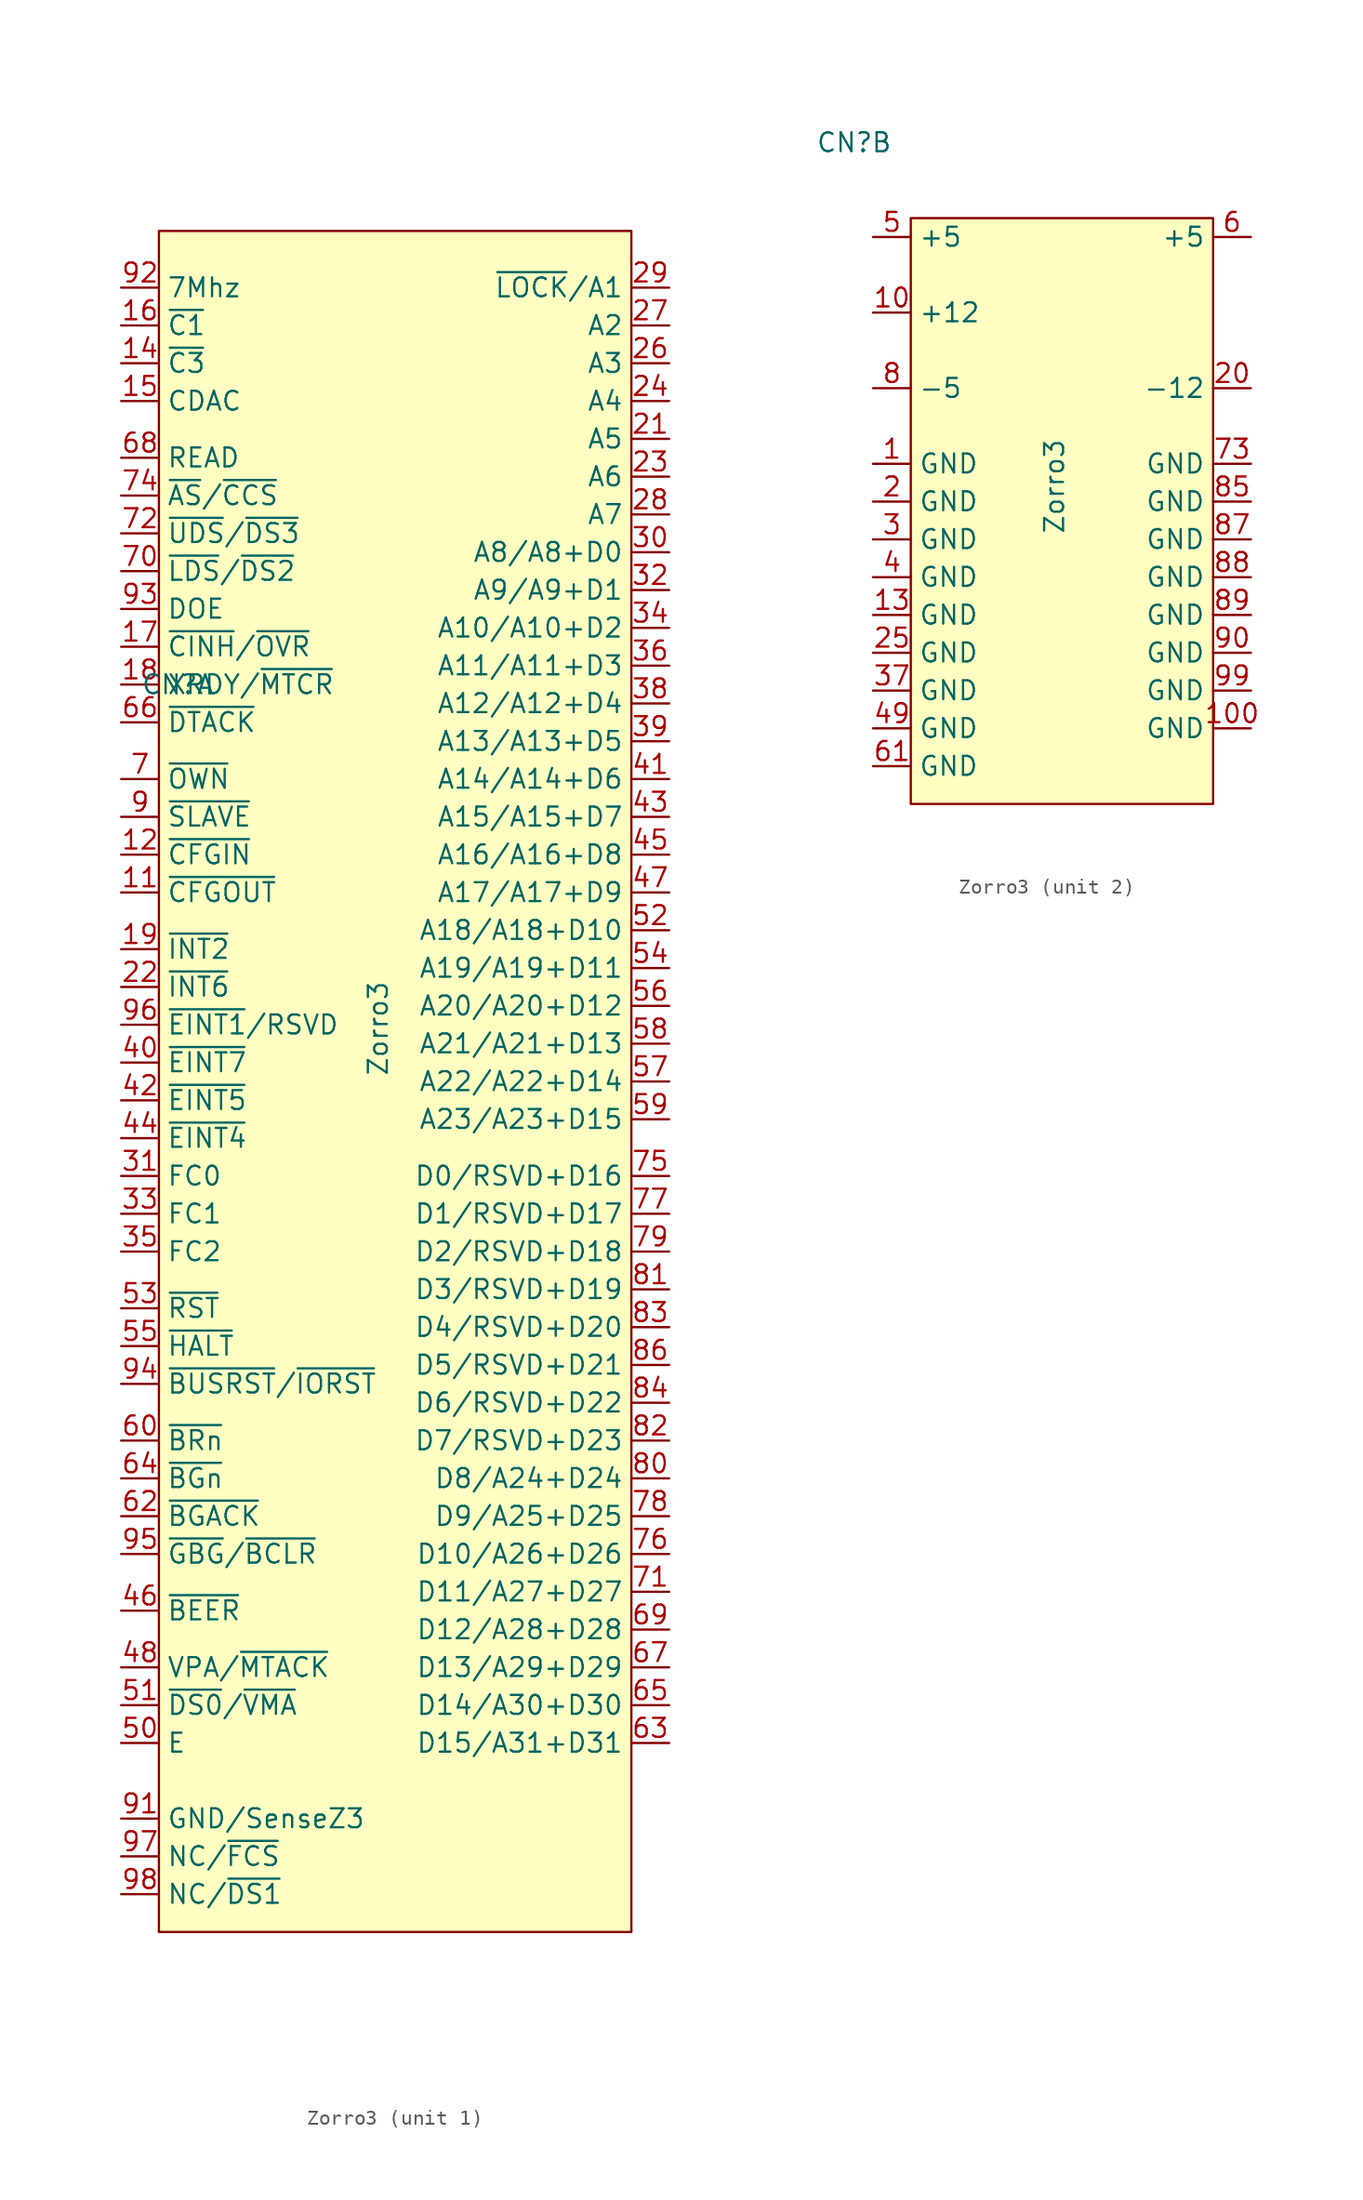
<source format=kicad_sym>
(kicad_symbol_lib
  (version 20241209)
  (generator "kicad_symbol_editor")
  (generator_version "9.0")
  (symbol "Zorro3"
    (property "Reference" "CN"
      (at -13.97 25.4 0)
      (effects (font (size 1.27 1.27))))
    (property "Value" "Zorro3"
      (at -0.508 2.286 90)
      (effects (font (size 1.27 1.27))))
    (property "ki_locked" ""
      (at 0 0 0)
      (effects (font (size 1.27 1.27))))
    (symbol "Zorro3_1_1"
      (rectangle (start -15.24 55.88) (end 16.51 -58.42) (stroke (width 0.152) (type default)) (fill (type background)))
      (pin output line (at -17.78 52.07 0) (length 2.54) (name "7Mhz" (effects (font (size 1.27 1.27)))) (number "92" (effects (font (size 1.27 1.27)))))
      (pin output line (at -17.78 49.53 0) (length 2.54) (name "~{C1}" (effects (font (size 1.27 1.27)))) (number "16" (effects (font (size 1.27 1.27)))))
      (pin output line (at -17.78 46.99 0) (length 2.54) (name "~{C3}" (effects (font (size 1.27 1.27)))) (number "14" (effects (font (size 1.27 1.27)))))
      (pin output line (at -17.78 44.45 0) (length 2.54) (name "CDAC" (effects (font (size 1.27 1.27)))) (number "15" (effects (font (size 1.27 1.27)))))
      (pin output line (at -17.78 40.64 0) (length 2.54) (name "READ" (effects (font (size 1.27 1.27)))) (number "68" (effects (font (size 1.27 1.27)))))
      (pin output line (at -17.78 38.1 0) (length 2.54) (name "~{AS}/~{CCS}" (effects (font (size 1.27 1.27)))) (number "74" (effects (font (size 1.27 1.27)))))
      (pin output line (at -17.78 35.56 0) (length 2.54) (name "~{UDS}/~{DS3}" (effects (font (size 1.27 1.27)))) (number "72" (effects (font (size 1.27 1.27)))))
      (pin output line (at -17.78 33.02 0) (length 2.54) (name "~{LDS}/~{DS2}" (effects (font (size 1.27 1.27)))) (number "70" (effects (font (size 1.27 1.27)))))
      (pin output line (at -17.78 30.48 0) (length 2.54) (name "DOE" (effects (font (size 1.27 1.27)))) (number "93" (effects (font (size 1.27 1.27)))))
      (pin input line (at -17.78 27.94 0) (length 2.54) (name "~{CINH}/~{OVR}" (effects (font (size 1.27 1.27)))) (number "17" (effects (font (size 1.27 1.27)))))
      (pin input line (at -17.78 25.4 0) (length 2.54) (name "XRDY/~{MTCR}" (effects (font (size 1.27 1.27)))) (number "18" (effects (font (size 1.27 1.27)))))
      (pin input line (at -17.78 22.86 0) (length 2.54) (name "~{DTACK}" (effects (font (size 1.27 1.27)))) (number "66" (effects (font (size 1.27 1.27)))))
      (pin input line (at -17.78 19.05 0) (length 2.54) (name "~{OWN}" (effects (font (size 1.27 1.27)))) (number "7" (effects (font (size 1.27 1.27)))))
      (pin input line (at -17.78 16.51 0) (length 2.54) (name "~{SLAVE}" (effects (font (size 1.27 1.27)))) (number "9" (effects (font (size 1.27 1.27)))))
      (pin output line (at -17.78 13.97 0) (length 2.54) (name "~{CFGIN}" (effects (font (size 1.27 1.27)))) (number "12" (effects (font (size 1.27 1.27)))))
      (pin input line (at -17.78 11.43 0) (length 2.54) (name "~{CFGOUT}" (effects (font (size 1.27 1.27)))) (number "11" (effects (font (size 1.27 1.27)))))
      (pin input line (at -17.78 7.62 0) (length 2.54) (name "~{INT2}" (effects (font (size 1.27 1.27)))) (number "19" (effects (font (size 1.27 1.27)))))
      (pin input line (at -17.78 5.08 0) (length 2.54) (name "~{INT6}" (effects (font (size 1.27 1.27)))) (number "22" (effects (font (size 1.27 1.27)))))
      (pin input line (at -17.78 2.54 0) (length 2.54) (name "~{EINT1}/RSVD" (effects (font (size 1.27 1.27)))) (number "96" (effects (font (size 1.27 1.27)))))
      (pin input line (at -17.78 0 0) (length 2.54) (name "~{EINT7}" (effects (font (size 1.27 1.27)))) (number "40" (effects (font (size 1.27 1.27)))))
      (pin input line (at -17.78 -2.54 0) (length 2.54) (name "~{EINT5}" (effects (font (size 1.27 1.27)))) (number "42" (effects (font (size 1.27 1.27)))))
      (pin input line (at -17.78 -5.08 0) (length 2.54) (name "~{EINT4}" (effects (font (size 1.27 1.27)))) (number "44" (effects (font (size 1.27 1.27)))))
      (pin output line (at -17.78 -7.62 0) (length 2.54) (name "FC0" (effects (font (size 1.27 1.27)))) (number "31" (effects (font (size 1.27 1.27)))))
      (pin output line (at -17.78 -10.16 0) (length 2.54) (name "FC1" (effects (font (size 1.27 1.27)))) (number "33" (effects (font (size 1.27 1.27)))))
      (pin output line (at -17.78 -12.7 0) (length 2.54) (name "FC2" (effects (font (size 1.27 1.27)))) (number "35" (effects (font (size 1.27 1.27)))))
      (pin output line (at -17.78 -16.51 0) (length 2.54) (name "~{RST}" (effects (font (size 1.27 1.27)))) (number "53" (effects (font (size 1.27 1.27)))))
      (pin output line (at -17.78 -19.05 0) (length 2.54) (name "~{HALT}" (effects (font (size 1.27 1.27)))) (number "55" (effects (font (size 1.27 1.27)))))
      (pin bidirectional line (at -17.78 -21.59 0) (length 2.54) (name "~{BUSRST}/~{IORST}" (effects (font (size 1.27 1.27)))) (number "94" (effects (font (size 1.27 1.27)))))
      (pin input line (at -17.78 -25.4 0) (length 2.54) (name "~{BRn}" (effects (font (size 1.27 1.27)))) (number "60" (effects (font (size 1.27 1.27)))))
      (pin output line (at -17.78 -27.94 0) (length 2.54) (name "~{BGn}" (effects (font (size 1.27 1.27)))) (number "64" (effects (font (size 1.27 1.27)))))
      (pin input line (at -17.78 -30.48 0) (length 2.54) (name "~{BGACK}" (effects (font (size 1.27 1.27)))) (number "62" (effects (font (size 1.27 1.27)))))
      (pin output line (at -17.78 -33.02 0) (length 2.54) (name "~{GBG}/~{BCLR}" (effects (font (size 1.27 1.27)))) (number "95" (effects (font (size 1.27 1.27)))))
      (pin output line (at -17.78 -36.83 0) (length 2.54) (name "~{BEER}" (effects (font (size 1.27 1.27)))) (number "46" (effects (font (size 1.27 1.27)))))
      (pin input line (at -17.78 -40.64 0) (length 2.54) (name "VPA/~{MTACK}" (effects (font (size 1.27 1.27)))) (number "48" (effects (font (size 1.27 1.27)))))
      (pin output line (at -17.78 -43.18 0) (length 2.54) (name "~{DS0}/~{VMA}" (effects (font (size 1.27 1.27)))) (number "51" (effects (font (size 1.27 1.27)))))
      (pin output line (at -17.78 -45.72 0) (length 2.54) (name "E" (effects (font (size 1.27 1.27)))) (number "50" (effects (font (size 1.27 1.27)))))
      (pin input line (at -17.78 -50.8 0) (length 2.54) (name "GND/SenseZ3" (effects (font (size 1.27 1.27)))) (number "91" (effects (font (size 1.27 1.27)))))
      (pin input line (at -17.78 -53.34 0) (length 2.54) (name "NC/~{FCS}" (effects (font (size 1.27 1.27)))) (number "97" (effects (font (size 1.27 1.27)))))
      (pin input line (at -17.78 -55.88 0) (length 2.54) (name "NC/~{DS1}" (effects (font (size 1.27 1.27)))) (number "98" (effects (font (size 1.27 1.27)))))
      (pin output line (at 19.05 52.07 180) (length 2.54) (name "~{LOCK}/A1" (effects (font (size 1.27 1.27)))) (number "29" (effects (font (size 1.27 1.27)))))
      (pin output line (at 19.05 49.53 180) (length 2.54) (name "A2" (effects (font (size 1.27 1.27)))) (number "27" (effects (font (size 1.27 1.27)))))
      (pin output line (at 19.05 46.99 180) (length 2.54) (name "A3" (effects (font (size 1.27 1.27)))) (number "26" (effects (font (size 1.27 1.27)))))
      (pin output line (at 19.05 44.45 180) (length 2.54) (name "A4" (effects (font (size 1.27 1.27)))) (number "24" (effects (font (size 1.27 1.27)))))
      (pin output line (at 19.05 41.91 180) (length 2.54) (name "A5" (effects (font (size 1.27 1.27)))) (number "21" (effects (font (size 1.27 1.27)))))
      (pin output line (at 19.05 39.37 180) (length 2.54) (name "A6" (effects (font (size 1.27 1.27)))) (number "23" (effects (font (size 1.27 1.27)))))
      (pin output line (at 19.05 36.83 180) (length 2.54) (name "A7" (effects (font (size 1.27 1.27)))) (number "28" (effects (font (size 1.27 1.27)))))
      (pin output line (at 19.05 34.29 180) (length 2.54) (name "A8/A8+D0" (effects (font (size 1.27 1.27)))) (number "30" (effects (font (size 1.27 1.27)))))
      (pin output line (at 19.05 31.75 180) (length 2.54) (name "A9/A9+D1" (effects (font (size 1.27 1.27)))) (number "32" (effects (font (size 1.27 1.27)))))
      (pin output line (at 19.05 29.21 180) (length 2.54) (name "A10/A10+D2" (effects (font (size 1.27 1.27)))) (number "34" (effects (font (size 1.27 1.27)))))
      (pin output line (at 19.05 26.67 180) (length 2.54) (name "A11/A11+D3" (effects (font (size 1.27 1.27)))) (number "36" (effects (font (size 1.27 1.27)))))
      (pin output line (at 19.05 24.13 180) (length 2.54) (name "A12/A12+D4" (effects (font (size 1.27 1.27)))) (number "38" (effects (font (size 1.27 1.27)))))
      (pin output line (at 19.05 21.59 180) (length 2.54) (name "A13/A13+D5" (effects (font (size 1.27 1.27)))) (number "39" (effects (font (size 1.27 1.27)))))
      (pin output line (at 19.05 19.05 180) (length 2.54) (name "A14/A14+D6" (effects (font (size 1.27 1.27)))) (number "41" (effects (font (size 1.27 1.27)))))
      (pin output line (at 19.05 16.51 180) (length 2.54) (name "A15/A15+D7" (effects (font (size 1.27 1.27)))) (number "43" (effects (font (size 1.27 1.27)))))
      (pin output line (at 19.05 13.97 180) (length 2.54) (name "A16/A16+D8" (effects (font (size 1.27 1.27)))) (number "45" (effects (font (size 1.27 1.27)))))
      (pin output line (at 19.05 11.43 180) (length 2.54) (name "A17/A17+D9" (effects (font (size 1.27 1.27)))) (number "47" (effects (font (size 1.27 1.27)))))
      (pin output line (at 19.05 8.89 180) (length 2.54) (name "A18/A18+D10" (effects (font (size 1.27 1.27)))) (number "52" (effects (font (size 1.27 1.27)))))
      (pin output line (at 19.05 6.35 180) (length 2.54) (name "A19/A19+D11" (effects (font (size 1.27 1.27)))) (number "54" (effects (font (size 1.27 1.27)))))
      (pin output line (at 19.05 3.81 180) (length 2.54) (name "A20/A20+D12" (effects (font (size 1.27 1.27)))) (number "56" (effects (font (size 1.27 1.27)))))
      (pin output line (at 19.05 1.27 180) (length 2.54) (name "A21/A21+D13" (effects (font (size 1.27 1.27)))) (number "58" (effects (font (size 1.27 1.27)))))
      (pin output line (at 19.05 -1.27 180) (length 2.54) (name "A22/A22+D14" (effects (font (size 1.27 1.27)))) (number "57" (effects (font (size 1.27 1.27)))))
      (pin output line (at 19.05 -3.81 180) (length 2.54) (name "A23/A23+D15" (effects (font (size 1.27 1.27)))) (number "59" (effects (font (size 1.27 1.27)))))
      (pin bidirectional line (at 19.05 -7.62 180) (length 2.54) (name "D0/RSVD+D16" (effects (font (size 1.27 1.27)))) (number "75" (effects (font (size 1.27 1.27)))))
      (pin bidirectional line (at 19.05 -10.16 180) (length 2.54) (name "D1/RSVD+D17" (effects (font (size 1.27 1.27)))) (number "77" (effects (font (size 1.27 1.27)))))
      (pin bidirectional line (at 19.05 -12.7 180) (length 2.54) (name "D2/RSVD+D18" (effects (font (size 1.27 1.27)))) (number "79" (effects (font (size 1.27 1.27)))))
      (pin bidirectional line (at 19.05 -15.24 180) (length 2.54) (name "D3/RSVD+D19" (effects (font (size 1.27 1.27)))) (number "81" (effects (font (size 1.27 1.27)))))
      (pin bidirectional line (at 19.05 -17.78 180) (length 2.54) (name "D4/RSVD+D20" (effects (font (size 1.27 1.27)))) (number "83" (effects (font (size 1.27 1.27)))))
      (pin bidirectional line (at 19.05 -20.32 180) (length 2.54) (name "D5/RSVD+D21" (effects (font (size 1.27 1.27)))) (number "86" (effects (font (size 1.27 1.27)))))
      (pin bidirectional line (at 19.05 -22.86 180) (length 2.54) (name "D6/RSVD+D22" (effects (font (size 1.27 1.27)))) (number "84" (effects (font (size 1.27 1.27)))))
      (pin bidirectional line (at 19.05 -25.4 180) (length 2.54) (name "D7/RSVD+D23" (effects (font (size 1.27 1.27)))) (number "82" (effects (font (size 1.27 1.27)))))
      (pin bidirectional line (at 19.05 -27.94 180) (length 2.54) (name "D8/A24+D24" (effects (font (size 1.27 1.27)))) (number "80" (effects (font (size 1.27 1.27)))))
      (pin bidirectional line (at 19.05 -30.48 180) (length 2.54) (name "D9/A25+D25" (effects (font (size 1.27 1.27)))) (number "78" (effects (font (size 1.27 1.27)))))
      (pin bidirectional line (at 19.05 -33.02 180) (length 2.54) (name "D10/A26+D26" (effects (font (size 1.27 1.27)))) (number "76" (effects (font (size 1.27 1.27)))))
      (pin bidirectional line (at 19.05 -35.56 180) (length 2.54) (name "D11/A27+D27" (effects (font (size 1.27 1.27)))) (number "71" (effects (font (size 1.27 1.27)))))
      (pin bidirectional line (at 19.05 -38.1 180) (length 2.54) (name "D12/A28+D28" (effects (font (size 1.27 1.27)))) (number "69" (effects (font (size 1.27 1.27)))))
      (pin bidirectional line (at 19.05 -40.64 180) (length 2.54) (name "D13/A29+D29" (effects (font (size 1.27 1.27)))) (number "67" (effects (font (size 1.27 1.27)))))
      (pin bidirectional line (at 19.05 -43.18 180) (length 2.54) (name "D14/A30+D30" (effects (font (size 1.27 1.27)))) (number "65" (effects (font (size 1.27 1.27)))))
      (pin bidirectional line (at 19.05 -45.72 180) (length 2.54) (name "D15/A31+D31" (effects (font (size 1.27 1.27)))) (number "63" (effects (font (size 1.27 1.27))))))
    (symbol "Zorro3_2_1"
      (rectangle (start -10.16 20.32) (end 10.16 -19.05) (stroke (width 0.152) (type default)) (fill (type background)))
      (pin power_out line (at -12.7 19.05 0) (length 2.54) (name "+5" (effects (font (size 1.27 1.27)))) (number "5" (effects (font (size 1.27 1.27)))))
      (pin power_out line (at -12.7 13.97 0) (length 2.54) (name "+12" (effects (font (size 1.27 1.27)))) (number "10" (effects (font (size 1.27 1.27)))))
      (pin power_out line (at -12.7 8.89 0) (length 2.54) (name "-5" (effects (font (size 1.27 1.27)))) (number "8" (effects (font (size 1.27 1.27)))))
      (pin power_out line (at -12.7 3.81 0) (length 2.54) (name "GND" (effects (font (size 1.27 1.27)))) (number "1" (effects (font (size 1.27 1.27)))))
      (pin power_out line (at -12.7 1.27 0) (length 2.54) (name "GND" (effects (font (size 1.27 1.27)))) (number "2" (effects (font (size 1.27 1.27)))))
      (pin power_out line (at -12.7 -1.27 0) (length 2.54) (name "GND" (effects (font (size 1.27 1.27)))) (number "3" (effects (font (size 1.27 1.27)))))
      (pin power_out line (at -12.7 -3.81 0) (length 2.54) (name "GND" (effects (font (size 1.27 1.27)))) (number "4" (effects (font (size 1.27 1.27)))))
      (pin power_out line (at -12.7 -6.35 0) (length 2.54) (name "GND" (effects (font (size 1.27 1.27)))) (number "13" (effects (font (size 1.27 1.27)))))
      (pin power_out line (at -12.7 -8.89 0) (length 2.54) (name "GND" (effects (font (size 1.27 1.27)))) (number "25" (effects (font (size 1.27 1.27)))))
      (pin power_out line (at -12.7 -11.43 0) (length 2.54) (name "GND" (effects (font (size 1.27 1.27)))) (number "37" (effects (font (size 1.27 1.27)))))
      (pin power_out line (at -12.7 -13.97 0) (length 2.54) (name "GND" (effects (font (size 1.27 1.27)))) (number "49" (effects (font (size 1.27 1.27)))))
      (pin power_out line (at -12.7 -16.51 0) (length 2.54) (name "GND" (effects (font (size 1.27 1.27)))) (number "61" (effects (font (size 1.27 1.27)))))
      (pin power_out line (at 12.7 19.05 180) (length 2.54) (name "+5" (effects (font (size 1.27 1.27)))) (number "6" (effects (font (size 1.27 1.27)))))
      (pin power_out line (at 12.7 8.89 180) (length 2.54) (name "-12" (effects (font (size 1.27 1.27)))) (number "20" (effects (font (size 1.27 1.27)))))
      (pin power_out line (at 12.7 3.81 180) (length 2.54) (name "GND" (effects (font (size 1.27 1.27)))) (number "73" (effects (font (size 1.27 1.27)))))
      (pin power_out line (at 12.7 1.27 180) (length 2.54) (name "GND" (effects (font (size 1.27 1.27)))) (number "85" (effects (font (size 1.27 1.27)))))
      (pin power_out line (at 12.7 -1.27 180) (length 2.54) (name "GND" (effects (font (size 1.27 1.27)))) (number "87" (effects (font (size 1.27 1.27)))))
      (pin power_out line (at 12.7 -3.81 180) (length 2.54) (name "GND" (effects (font (size 1.27 1.27)))) (number "88" (effects (font (size 1.27 1.27)))))
      (pin power_out line (at 12.7 -6.35 180) (length 2.54) (name "GND" (effects (font (size 1.27 1.27)))) (number "89" (effects (font (size 1.27 1.27)))))
      (pin power_out line (at 12.7 -8.89 180) (length 2.54) (name "GND" (effects (font (size 1.27 1.27)))) (number "90" (effects (font (size 1.27 1.27)))))
      (pin power_out line (at 12.7 -11.43 180) (length 2.54) (name "GND" (effects (font (size 1.27 1.27)))) (number "99" (effects (font (size 1.27 1.27)))))
      (pin power_out line (at 12.7 -13.97 180) (length 2.54) (name "GND" (effects (font (size 1.27 1.27)))) (number "100" (effects (font (size 1.27 1.27))))))))
</source>
